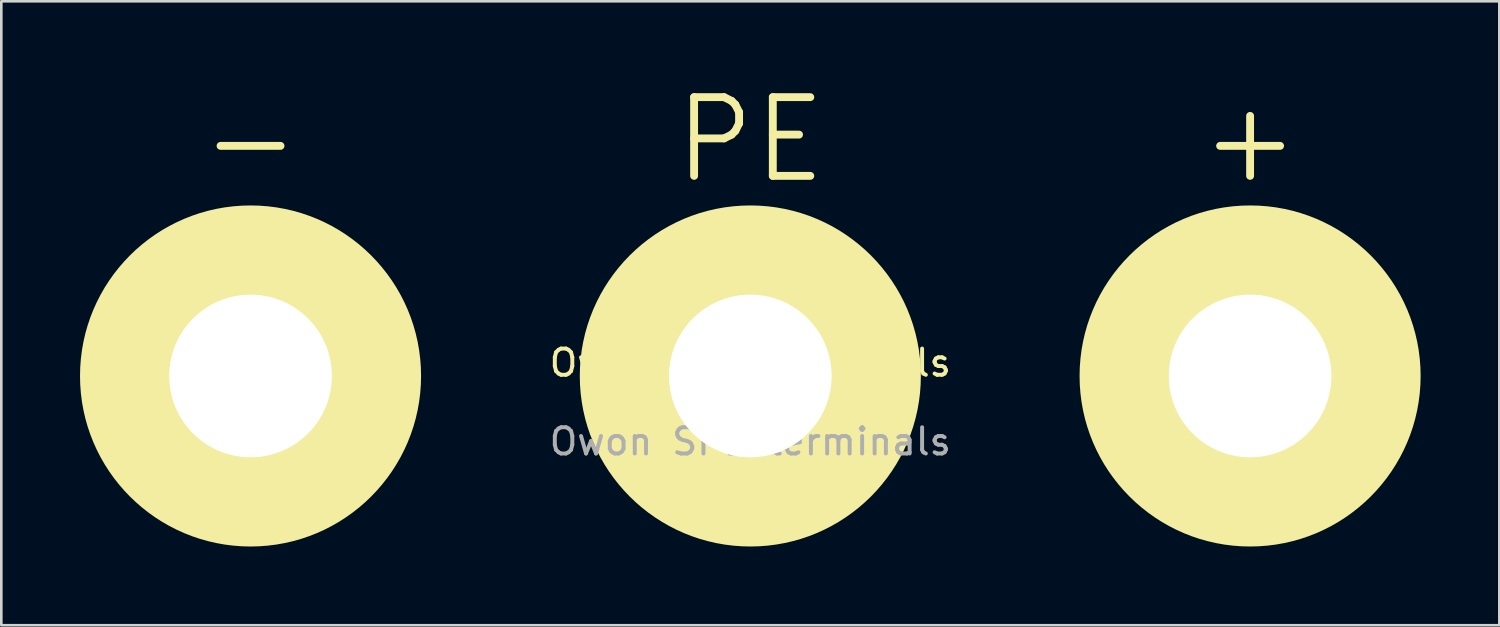
<source format=kicad_pcb>
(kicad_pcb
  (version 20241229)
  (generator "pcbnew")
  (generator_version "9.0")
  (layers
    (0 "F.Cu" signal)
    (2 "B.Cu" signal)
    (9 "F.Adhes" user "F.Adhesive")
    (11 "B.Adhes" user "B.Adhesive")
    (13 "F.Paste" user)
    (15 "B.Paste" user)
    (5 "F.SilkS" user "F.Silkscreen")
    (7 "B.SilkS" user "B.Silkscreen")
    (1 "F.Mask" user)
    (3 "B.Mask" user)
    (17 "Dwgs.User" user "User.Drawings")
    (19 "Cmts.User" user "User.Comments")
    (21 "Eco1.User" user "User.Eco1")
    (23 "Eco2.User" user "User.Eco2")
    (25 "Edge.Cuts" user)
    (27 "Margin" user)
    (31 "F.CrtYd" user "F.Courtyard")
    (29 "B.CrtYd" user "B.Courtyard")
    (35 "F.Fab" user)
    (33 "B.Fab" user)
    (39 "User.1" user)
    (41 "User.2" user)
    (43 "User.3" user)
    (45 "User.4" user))
  (footprint "Owon SPE terminals"
    (layer "F.Cu")
    (at 25.55 11.281)
    (property "Reference" "Owon SPE terminals" (at 0 -0.5 0) (unlocked yes) (layer "F.SilkS") (effects (font (size 1 1) (thickness 0.15))))
    (attr through_hole)
    (fp_circle (center -19.05 0) (end -12.55 0) (stroke (width 0) (type solid)) (fill yes) (layer "F.SilkS"))
    (fp_circle (center 0 0) (end 6.5 0) (stroke (width 0) (type solid)) (fill yes) (layer "F.SilkS"))
    (fp_circle (center 19.05 0) (end 25.55 0) (stroke (width 0) (type solid)) (fill yes) (layer "F.SilkS"))
    (fp_text user "+" (at 19.05 -9 0) (unlocked yes) (layer "F.SilkS") (effects (font (size 3 3) (thickness 0.3))))
    (fp_text user "-" (at -19.05 -9 0) (unlocked yes) (layer "F.SilkS") (effects (font (size 3 3) (thickness 0.3))))
    (fp_text user "PE" (at 0 -9 0) (unlocked yes) (layer "F.SilkS") (effects (font (size 3 3) (thickness 0.3))))
    (fp_text user "${REFERENCE}" (at 0 2.5 0) (unlocked yes) (layer "F.Fab") (effects (font (size 1 1) (thickness 0.15))))
    (pad "1" thru_hole circle (at -19.05 0) (size 10 10) (drill 6.2) (layers "*.Cu" "*.Mask"))
    (pad "2" thru_hole circle (at 0 0) (size 10 10) (drill 6.2) (layers "*.Cu" "*.Mask"))
    (pad "3" thru_hole circle (at 19.05 0) (size 10 10) (drill 6.2) (layers "*.Cu" "*.Mask")))
  (gr_rect
    (start -3 -3)
    (end 54.1 20.782)
    (stroke (width 0.1) (type default))
    (fill no)
    (layer "Edge.Cuts")))
</source>
